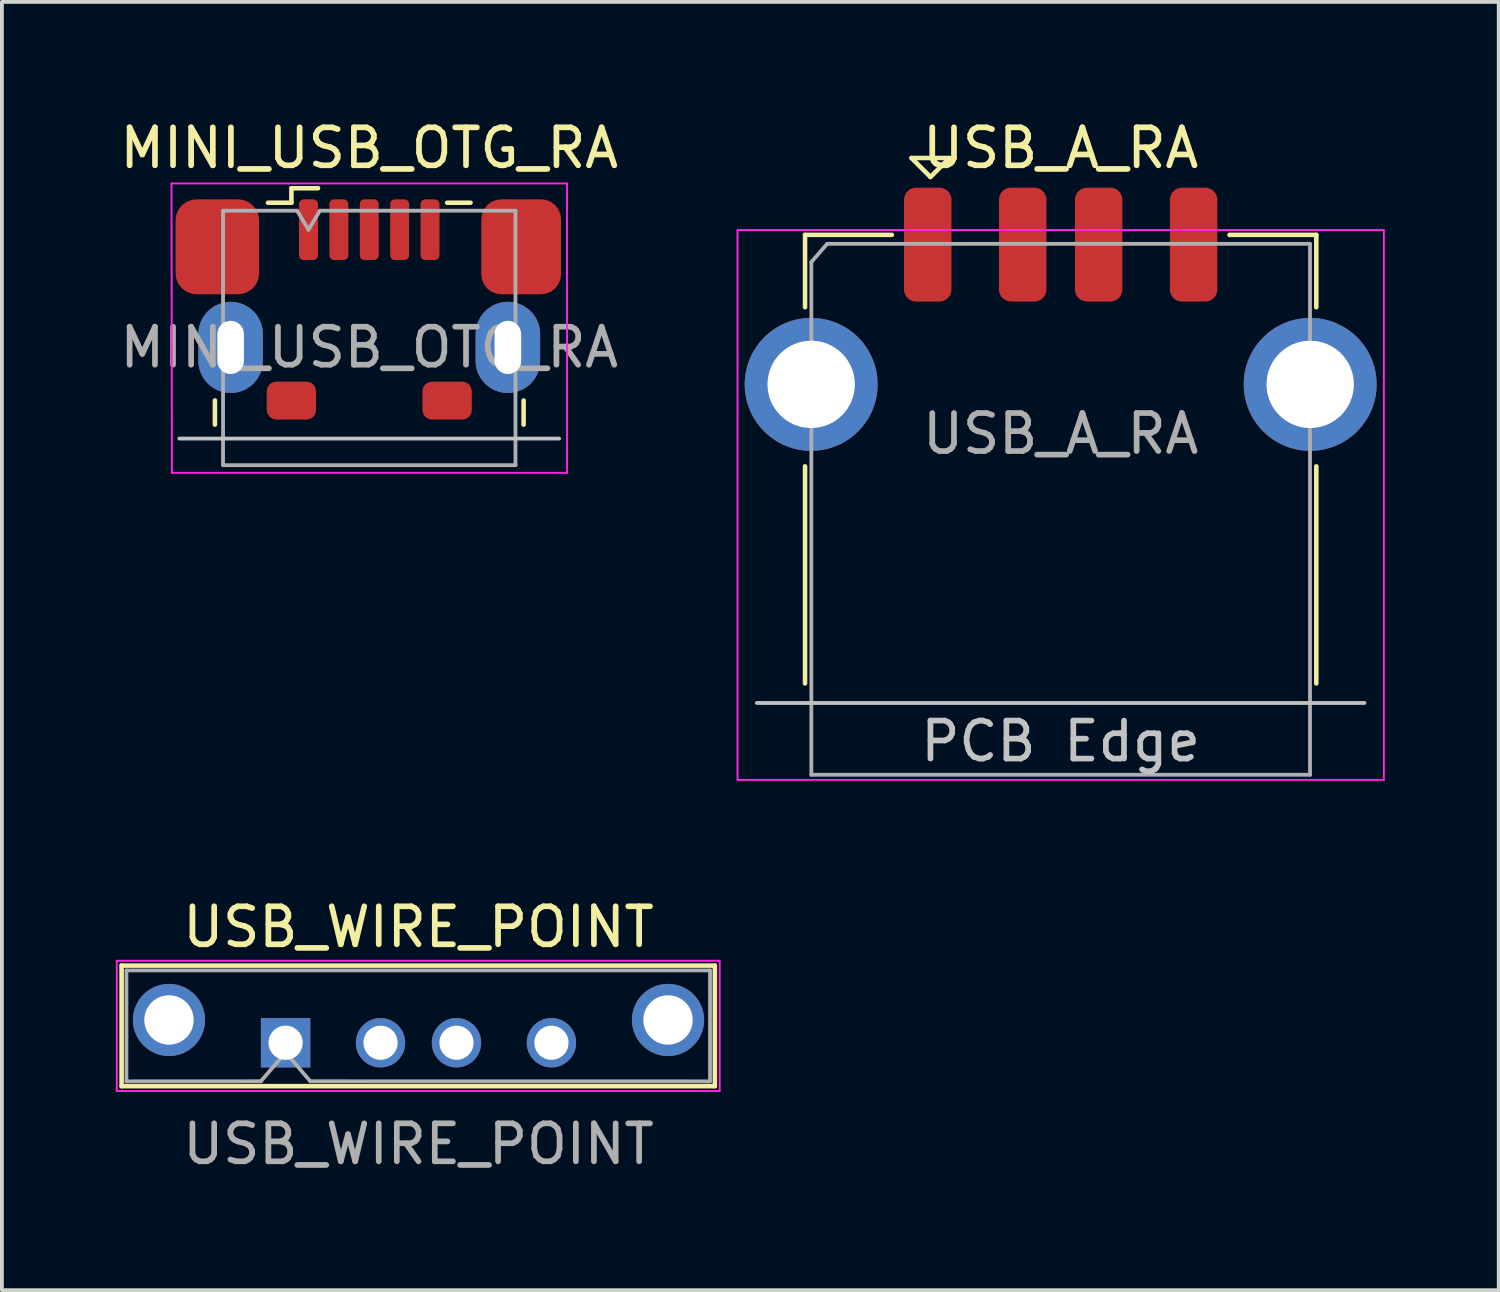
<source format=kicad_pcb>
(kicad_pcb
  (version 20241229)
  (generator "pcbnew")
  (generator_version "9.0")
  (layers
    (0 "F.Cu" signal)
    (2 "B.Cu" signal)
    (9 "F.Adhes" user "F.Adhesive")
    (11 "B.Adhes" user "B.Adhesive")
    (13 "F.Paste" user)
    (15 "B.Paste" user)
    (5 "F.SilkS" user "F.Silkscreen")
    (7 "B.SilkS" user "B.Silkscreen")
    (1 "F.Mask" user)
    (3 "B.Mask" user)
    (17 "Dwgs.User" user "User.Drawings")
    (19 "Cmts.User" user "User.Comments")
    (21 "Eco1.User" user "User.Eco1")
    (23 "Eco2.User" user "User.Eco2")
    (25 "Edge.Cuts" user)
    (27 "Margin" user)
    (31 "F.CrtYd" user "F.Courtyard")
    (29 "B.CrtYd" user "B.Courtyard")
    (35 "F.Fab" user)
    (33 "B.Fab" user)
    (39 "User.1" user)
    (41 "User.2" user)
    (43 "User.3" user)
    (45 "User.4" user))
  (footprint "USB_WIRE_POINT"
    (layer "F.Cu")
    (at 7.97 24.407)
    (property "Reference" "USB_WIRE_POINT" (at 0 -3.048 0) (layer "F.SilkS") (effects (font (size 1 1) (thickness 0.15))))
    (attr through_hole)
    (fp_line (start -7.818 -2.032) (end -7.818 1.143) (stroke (width 0.12) (type solid)) (layer "F.SilkS"))
    (fp_line (start -7.818 -2.032) (end 7.803 -2.032) (stroke (width 0.12) (type solid)) (layer "F.SilkS"))
    (fp_line (start 7.803 -2.032) (end 7.803 1.143) (stroke (width 0.12) (type solid)) (layer "F.SilkS"))
    (fp_line (start 7.803 1.143) (end -7.818 1.143) (stroke (width 0.12) (type solid)) (layer "F.SilkS"))
    (fp_line (start -7.945 -2.159) (end 7.93 -2.159) (stroke (width 0.05) (type solid)) (layer "F.CrtYd"))
    (fp_line (start -7.945 1.27) (end -7.945 -2.159) (stroke (width 0.05) (type solid)) (layer "F.CrtYd"))
    (fp_line (start 7.93 -2.159) (end 7.93 1.27) (stroke (width 0.05) (type solid)) (layer "F.CrtYd"))
    (fp_line (start 7.93 1.27) (end -7.945 1.27) (stroke (width 0.05) (type solid)) (layer "F.CrtYd"))
    (fp_line (start -7.691 -1.905) (end 7.676 -1.905) (stroke (width 0.1) (type solid)) (layer "F.Fab"))
    (fp_line (start -7.691 1.016) (end -7.691 -1.905) (stroke (width 0.1) (type solid)) (layer "F.Fab"))
    (fp_line (start -4.15 1.014) (end -7.691 1.016) (stroke (width 0.1) (type solid)) (layer "F.Fab"))
    (fp_line (start -4.15 1.014) (end -3.5 0.254) (stroke (width 0.1) (type solid)) (layer "F.Fab"))
    (fp_line (start -3.5 0.254) (end -2.85 1.014) (stroke (width 0.1) (type solid)) (layer "F.Fab"))
    (fp_line (start 7.676 -1.905) (end 7.676 1.016) (stroke (width 0.1) (type solid)) (layer "F.Fab"))
    (fp_line (start 7.676 1.016) (end -2.85 1.014) (stroke (width 0.1) (type solid)) (layer "F.Fab"))
    (fp_text user "${REFERENCE}" (at 0 2.667 0) (layer "F.Fab") (effects (font (size 1 1) (thickness 0.15))))
    (pad "1" thru_hole rect (at -3.5 0) (size 1.3 1.3) (drill 0.9) (layers "*.Cu" "*.Mask"))
    (pad "2" thru_hole circle (at -1 0) (size 1.3 1.3) (drill 0.9) (layers "*.Cu" "*.Mask"))
    (pad "3" thru_hole circle (at 1 0) (size 1.3 1.3) (drill 0.9) (layers "*.Cu" "*.Mask"))
    (pad "4" thru_hole circle (at 3.5 0) (size 1.3 1.3) (drill 0.9) (layers "*.Cu" "*.Mask"))
    (pad "5" thru_hole circle (at -6.57 -0.6 180) (size 1.9 1.9) (drill 1.3) (layers "*.Cu" "*.Mask"))
    (pad "5" thru_hole circle (at 6.57 -0.6) (size 1.9 1.9) (drill 1.3) (layers "*.Cu" "*.Mask")))
  (footprint "MINI_USB_OTG_RA"
    (layer "F.Cu")
    (at 6.673 6.098)
    (property "Reference" "MINI_USB_OTG_RA" (at 0 -5.25 0) (layer "F.SilkS") (effects (font (size 1 1) (thickness 0.15))))
    (attr smd)
    (fp_line (start -4.064 1.397) (end -4.064 2.032) (stroke (width 0.12) (type solid)) (layer "F.SilkS"))
    (fp_line (start -2.667 -3.81) (end -2.05 -3.81) (stroke (width 0.12) (type solid)) (layer "F.SilkS"))
    (fp_line (start -2.05 -4.191) (end -1.35 -4.191) (stroke (width 0.12) (type solid)) (layer "F.SilkS"))
    (fp_line (start -2.05 -3.81) (end -2.05 -4.191) (stroke (width 0.12) (type solid)) (layer "F.SilkS"))
    (fp_line (start 2.05 -3.81) (end 2.667 -3.81) (stroke (width 0.12) (type solid)) (layer "F.SilkS"))
    (fp_line (start 4.064 1.397) (end 4.064 2.032) (stroke (width 0.12) (type solid)) (layer "F.SilkS"))
    (fp_line (start -5 2.4) (end 5 2.4) (stroke (width 0.1) (type solid)) (layer "Dwgs.User"))
    (fp_line (start -5.207 -4.318) (end 5.207 -4.318) (stroke (width 0.05) (type solid)) (layer "F.CrtYd"))
    (fp_line (start -5.197 3.302) (end -5.207 -4.318) (stroke (width 0.05) (type solid)) (layer "F.CrtYd"))
    (fp_line (start 5.207 -4.318) (end 5.207 3.302) (stroke (width 0.05) (type solid)) (layer "F.CrtYd"))
    (fp_line (start 5.207 3.302) (end -5.197 3.302) (stroke (width 0.05) (type solid)) (layer "F.CrtYd"))
    (fp_line (start -3.85 -3.6) (end -1.9 -3.6) (stroke (width 0.1) (type solid)) (layer "F.Fab"))
    (fp_line (start -3.85 3.1) (end -3.85 -3.6) (stroke (width 0.1) (type solid)) (layer "F.Fab"))
    (fp_line (start -1.9 -3.6) (end -1.6 -3.1) (stroke (width 0.1) (type solid)) (layer "F.Fab"))
    (fp_line (start -1.6 -3.1) (end -1.3 -3.6) (stroke (width 0.1) (type solid)) (layer "F.Fab"))
    (fp_line (start -1.3 -3.6) (end 3.85 -3.6) (stroke (width 0.1) (type solid)) (layer "F.Fab"))
    (fp_line (start 3.85 -3.6) (end 3.85 3.1) (stroke (width 0.1) (type solid)) (layer "F.Fab"))
    (fp_line (start 3.85 3.1) (end -3.85 3.1) (stroke (width 0.1) (type solid)) (layer "F.Fab"))
    (fp_text user "${REFERENCE}" (at 0 0 0) (layer "F.Fab") (effects (font (size 1 1) (thickness 0.15))))
    (pad "" thru_hole oval (at -3.65 0) (size 1.7 2.4) (drill oval 0.7 1.4) (layers "*.Cu" "*.Mask"))
    (pad "" thru_hole oval (at 3.65 0) (size 1.7 2.4) (drill oval 0.7 1.4) (layers "*.Cu" "*.Mask"))
    (pad "1" smd roundrect (at -1.6 -3.1) (size 0.5 1.6) (layers "F.Cu" "F.Mask" "F.Paste") (roundrect_rratio 0.25))
    (pad "2" smd roundrect (at -0.8 -3.1) (size 0.5 1.6) (layers "F.Cu" "F.Mask" "F.Paste") (roundrect_rratio 0.25))
    (pad "3" smd roundrect (at 0 -3.1) (size 0.5 1.6) (layers "F.Cu" "F.Mask" "F.Paste") (roundrect_rratio 0.25))
    (pad "4" smd roundrect (at 0.8 -3.1) (size 0.5 1.6) (layers "F.Cu" "F.Mask" "F.Paste") (roundrect_rratio 0.25))
    (pad "5" smd roundrect (at 1.6 -3.1) (size 0.5 1.6) (layers "F.Cu" "F.Mask" "F.Paste") (roundrect_rratio 0.25))
    (pad "6" smd roundrect (at -4 -2.65) (size 2.2 2.5) (layers "F.Cu" "F.Mask" "F.Paste") (roundrect_rratio 0.25))
    (pad "6" smd roundrect (at -2.05 1.4) (size 1.3 1) (layers "F.Cu" "F.Mask" "F.Paste") (roundrect_rratio 0.25))
    (pad "6" smd roundrect (at 2.05 1.4) (size 1.3 1) (layers "F.Cu" "F.Mask" "F.Paste") (roundrect_rratio 0.25))
    (pad "6" smd roundrect (at 4 -2.65) (size 2.1 2.5) (layers "F.Cu" "F.Mask" "F.Paste") (roundrect_rratio 0.25))
    (zone (net_name "") (layer "F.Cu") (hatch edge 0.508) (connect_pads) (min_thickness 0.254) (filled_areas_thickness no) (keepout (tracks not_allowed) (vias not_allowed) (pads not_allowed) (copperpour not_allowed) (footprints allowed)) (placement (enabled no)) (fill) (polygon (pts (xy 9.273 6.798) (xy 4.073 6.798) (xy 4.073 3.898) (xy 9.273 3.898)))))
  (footprint "USB_A_RA"
    (layer "F.Cu")
    (at 24.879 7.071)
    (property "Reference" "USB_A_RA" (at 0 -6.223 0) (layer "F.SilkS") (effects (font (size 1 1) (thickness 0.15))))
    (attr through_hole)
    (fp_line (start -6.731 -3.937) (end -6.731 -2.032) (stroke (width 0.12) (type solid)) (layer "F.SilkS"))
    (fp_line (start -6.731 -3.937) (end -4.445 -3.937) (stroke (width 0.12) (type solid)) (layer "F.SilkS"))
    (fp_line (start -6.731 2.159) (end -6.731 7.874) (stroke (width 0.12) (type solid)) (layer "F.SilkS"))
    (fp_line (start -3.929 -5.961) (end -3.429 -5.461) (stroke (width 0.12) (type solid)) (layer "F.SilkS"))
    (fp_line (start -3.429 -5.461) (end -2.929 -5.961) (stroke (width 0.12) (type solid)) (layer "F.SilkS"))
    (fp_line (start -2.929 -5.961) (end -3.929 -5.961) (stroke (width 0.12) (type solid)) (layer "F.SilkS"))
    (fp_line (start 4.445 -3.937) (end 6.731 -3.937) (stroke (width 0.12) (type solid)) (layer "F.SilkS"))
    (fp_line (start 6.731 -2.032) (end 6.731 -3.937) (stroke (width 0.12) (type solid)) (layer "F.SilkS"))
    (fp_line (start 6.731 2.159) (end 6.731 7.874) (stroke (width 0.12) (type solid)) (layer "F.SilkS"))
    (fp_line (start -8 8.389) (end 8 8.389) (stroke (width 0.1) (type solid)) (layer "Dwgs.User"))
    (fp_line (start -8.509 -4.064) (end -8.509 10.414) (stroke (width 0.05) (type solid)) (layer "F.CrtYd"))
    (fp_line (start -8.509 -4.064) (end 8.509 -4.064) (stroke (width 0.05) (type solid)) (layer "F.CrtYd"))
    (fp_line (start 8.509 -4.064) (end 8.509 10.414) (stroke (width 0.05) (type solid)) (layer "F.CrtYd"))
    (fp_line (start 8.509 10.414) (end -8.509 10.414) (stroke (width 0.05) (type solid)) (layer "F.CrtYd"))
    (fp_line (start -6.565 -3.22) (end -6.565 10.28) (stroke (width 0.1) (type solid)) (layer "F.Fab"))
    (fp_line (start -6.565 10.28) (end 6.565 10.28) (stroke (width 0.1) (type solid)) (layer "F.Fab"))
    (fp_line (start -6.15 -3.7) (end -6.565 -3.22) (stroke (width 0.1) (type solid)) (layer "F.Fab"))
    (fp_line (start -6.15 -3.7) (end 6.565 -3.7) (stroke (width 0.1) (type solid)) (layer "F.Fab"))
    (fp_line (start 6.565 -3.7) (end 6.565 10.28) (stroke (width 0.1) (type solid)) (layer "F.Fab"))
    (fp_text user "PCB Edge" (at 0 9.398 0) (layer "Dwgs.User") (effects (font (size 1 1) (thickness 0.15))))
    (fp_text user "${REFERENCE}" (at 0 1.3 0) (layer "F.Fab") (effects (font (size 1 1) (thickness 0.15))))
    (pad "1" smd roundrect (at -3.5 -3.68) (size 1.25 3) (layers "F.Cu" "F.Mask" "F.Paste") (roundrect_rratio 0.25))
    (pad "2" smd roundrect (at -1 -3.68) (size 1.25 3) (layers "F.Cu" "F.Mask" "F.Paste") (roundrect_rratio 0.25))
    (pad "3" smd roundrect (at 1 -3.68) (size 1.25 3) (layers "F.Cu" "F.Mask" "F.Paste") (roundrect_rratio 0.25))
    (pad "4" smd roundrect (at 3.5 -3.68) (size 1.25 3) (layers "F.Cu" "F.Mask" "F.Paste") (roundrect_rratio 0.25))
    (pad "SH" thru_hole circle (at -6.57 0) (size 3.5 3.5) (drill 2.3) (layers "*.Cu" "*.Mask"))
    (pad "SH" thru_hole circle (at 6.57 0) (size 3.5 3.5) (drill 2.3) (layers "*.Cu" "*.Mask")))
  (gr_rect
    (start -3 -3)
    (end 36.413 30.922)
    (stroke (width 0.1) (type default))
    (fill no)
    (layer "Edge.Cuts")))
</source>
